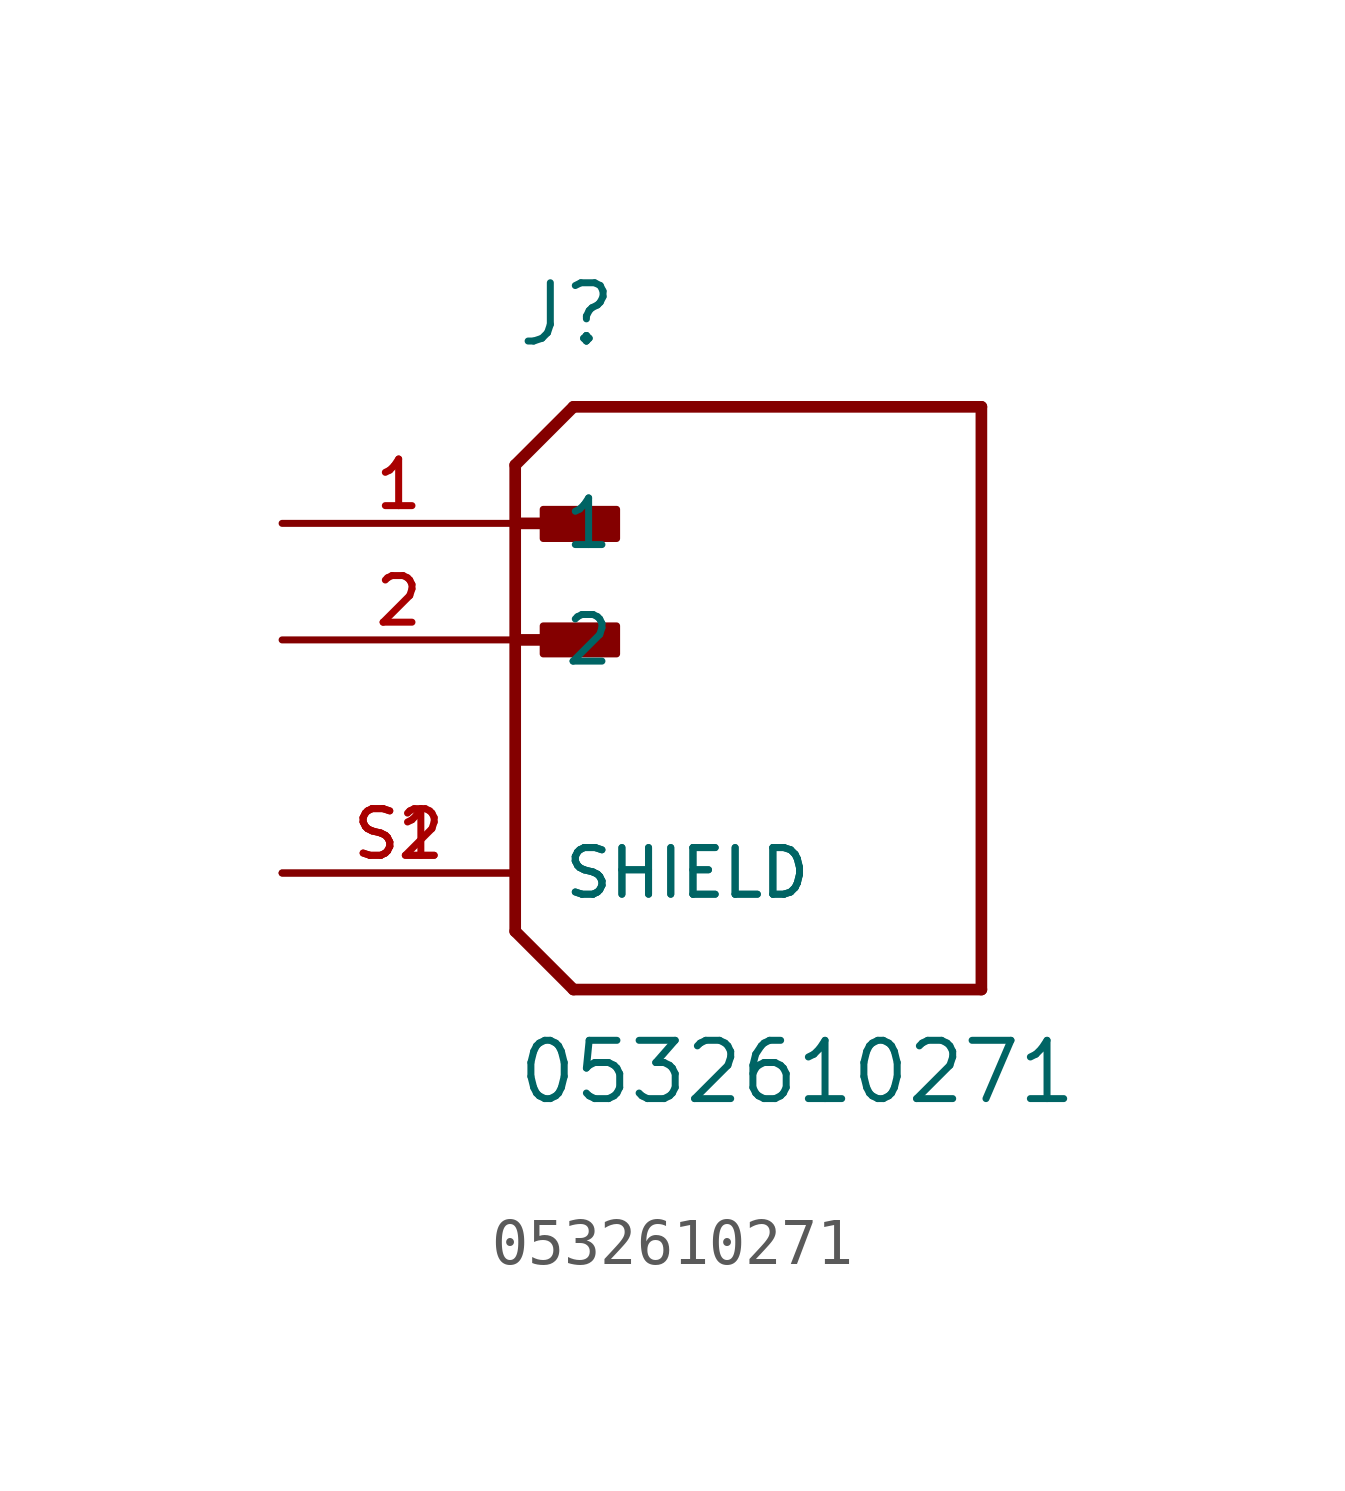
<source format=kicad_sym>
(kicad_symbol_lib
  (version 20211014)
  (generator kicad_symbol_editor)
  (symbol "0532610271"
    (pin_names
      (offset 1.016))
    (property "Reference" "J"
      (at 0 6.35 0)
      (effects (font (size 1.27 1.27)) (justify left bottom)))
    (property "Value" "0532610271"
      (at 0 -10.16 0)
      (effects (font (size 1.27 1.27)) (justify left bottom)))
    (property "ki_locked" ""
      (at 0 0 0)
      (effects (font (size 1.27 1.27))))
    (symbol "0532610271_0_0"
      (polyline (pts (xy 0 -6.35) (xy 1.27 -7.62)) (stroke (width 0.254) (type default) (color 0 0 0 0)) (fill (type none)))
      (polyline (pts (xy 0 0) (xy 1.905 0)) (stroke (width 0.254) (type default) (color 0 0 0 0)) (fill (type none)))
      (polyline (pts (xy 0 2.54) (xy 0 -6.35)) (stroke (width 0.254) (type default) (color 0 0 0 0)) (fill (type none)))
      (polyline (pts (xy 0 2.54) (xy 1.905 2.54)) (stroke (width 0.254) (type default) (color 0 0 0 0)) (fill (type none)))
      (polyline (pts (xy 0 3.81) (xy 0 2.54)) (stroke (width 0.254) (type default) (color 0 0 0 0)) (fill (type none)))
      (polyline (pts (xy 0 3.81) (xy 1.27 5.08)) (stroke (width 0.254) (type default) (color 0 0 0 0)) (fill (type none)))
      (polyline (pts (xy 1.27 -7.62) (xy 10.16 -7.62)) (stroke (width 0.254) (type default) (color 0 0 0 0)) (fill (type none)))
      (polyline (pts (xy 10.16 -7.62) (xy 10.16 5.08)) (stroke (width 0.254) (type default) (color 0 0 0 0)) (fill (type none)))
      (polyline (pts (xy 10.16 5.08) (xy 1.27 5.08)) (stroke (width 0.254) (type default) (color 0 0 0 0)) (fill (type none)))
      (rectangle (start 0.61 -0.305) (end 2.21 0.305) (stroke (width 0) (type default) (color 0 0 0 0)) (fill (type outline)))
      (rectangle (start 0.61 2.21) (end 2.21 2.845) (stroke (width 0) (type default) (color 0 0 0 0)) (fill (type outline)))
      (pin passive line (at -5.08 2.54 0) (length 5.08) (name "1" (effects (font (size 1.016 1.016)))) (number "1" (effects (font (size 1.016 1.016)))))
      (pin passive line (at -5.08 0 0) (length 5.08) (name "2" (effects (font (size 1.016 1.016)))) (number "2" (effects (font (size 1.016 1.016)))))
      (pin passive line (at -5.08 -5.08 0) (length 5.08) (name "SHIELD" (effects (font (size 1.016 1.016)))) (number "S1" (effects (font (size 1.016 1.016)))))
      (pin passive line (at -5.08 -5.08 0) (length 5.08) (name "SHIELD" (effects (font (size 1.016 1.016)))) (number "S2" (effects (font (size 1.016 1.016))))))))
</source>
